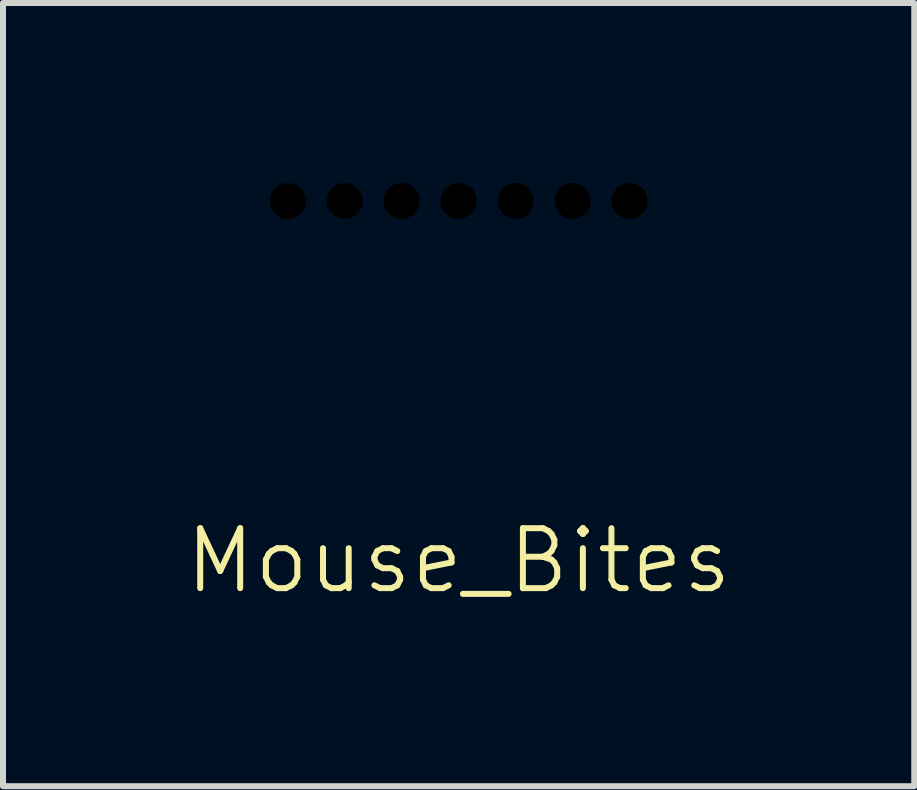
<source format=kicad_pcb>
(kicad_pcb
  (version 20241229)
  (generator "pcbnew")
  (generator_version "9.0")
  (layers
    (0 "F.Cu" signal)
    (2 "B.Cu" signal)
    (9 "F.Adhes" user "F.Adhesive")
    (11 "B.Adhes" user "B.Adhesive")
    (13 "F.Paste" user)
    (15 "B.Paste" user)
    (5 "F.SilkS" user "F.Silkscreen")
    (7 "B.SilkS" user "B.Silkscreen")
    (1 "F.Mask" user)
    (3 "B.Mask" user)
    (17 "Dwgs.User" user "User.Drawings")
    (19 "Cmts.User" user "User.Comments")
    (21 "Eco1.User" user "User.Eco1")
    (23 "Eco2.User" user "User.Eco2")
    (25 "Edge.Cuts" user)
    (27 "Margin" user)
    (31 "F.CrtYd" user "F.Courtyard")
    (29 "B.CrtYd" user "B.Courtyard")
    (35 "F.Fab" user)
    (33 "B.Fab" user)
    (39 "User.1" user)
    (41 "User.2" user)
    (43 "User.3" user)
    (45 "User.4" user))
  (footprint "Mouse_Bites"
    (layer "F.Cu")
    (at 4.598 0.3)
    (property "Reference" "Mouse_Bites" (at 0 6 0) (unlocked yes) (layer "F.SilkS") (effects (font (size 1 1) (thickness 0.1))))
    (attr through_hole board_only exclude_from_pos_files exclude_from_bom)
    (pad "" np_thru_hole circle (at -2.85 0) (size 0.6 0.6) (drill 0.6) (layers "*.Mask"))
    (pad "" np_thru_hole circle (at -1.9 0) (size 0.6 0.6) (drill 0.6) (layers "*.Mask"))
    (pad "" np_thru_hole circle (at -0.95 0) (size 0.6 0.6) (drill 0.6) (layers "*.Mask"))
    (pad "" np_thru_hole circle (at 0 0) (size 0.6 0.6) (drill 0.6) (layers "*.Mask"))
    (pad "" np_thru_hole circle (at 0.95 0) (size 0.6 0.6) (drill 0.6) (layers "*.Mask"))
    (pad "" np_thru_hole circle (at 1.9 0) (size 0.6 0.6) (drill 0.6) (layers "*.Mask"))
    (pad "" np_thru_hole circle (at 2.85 0) (size 0.6 0.6) (drill 0.6) (layers "*.Mask")))
  (gr_rect
    (start -3 -3)
    (end 12.195 10.06)
    (stroke (width 0.1) (type default))
    (fill no)
    (layer "Edge.Cuts")))
</source>
